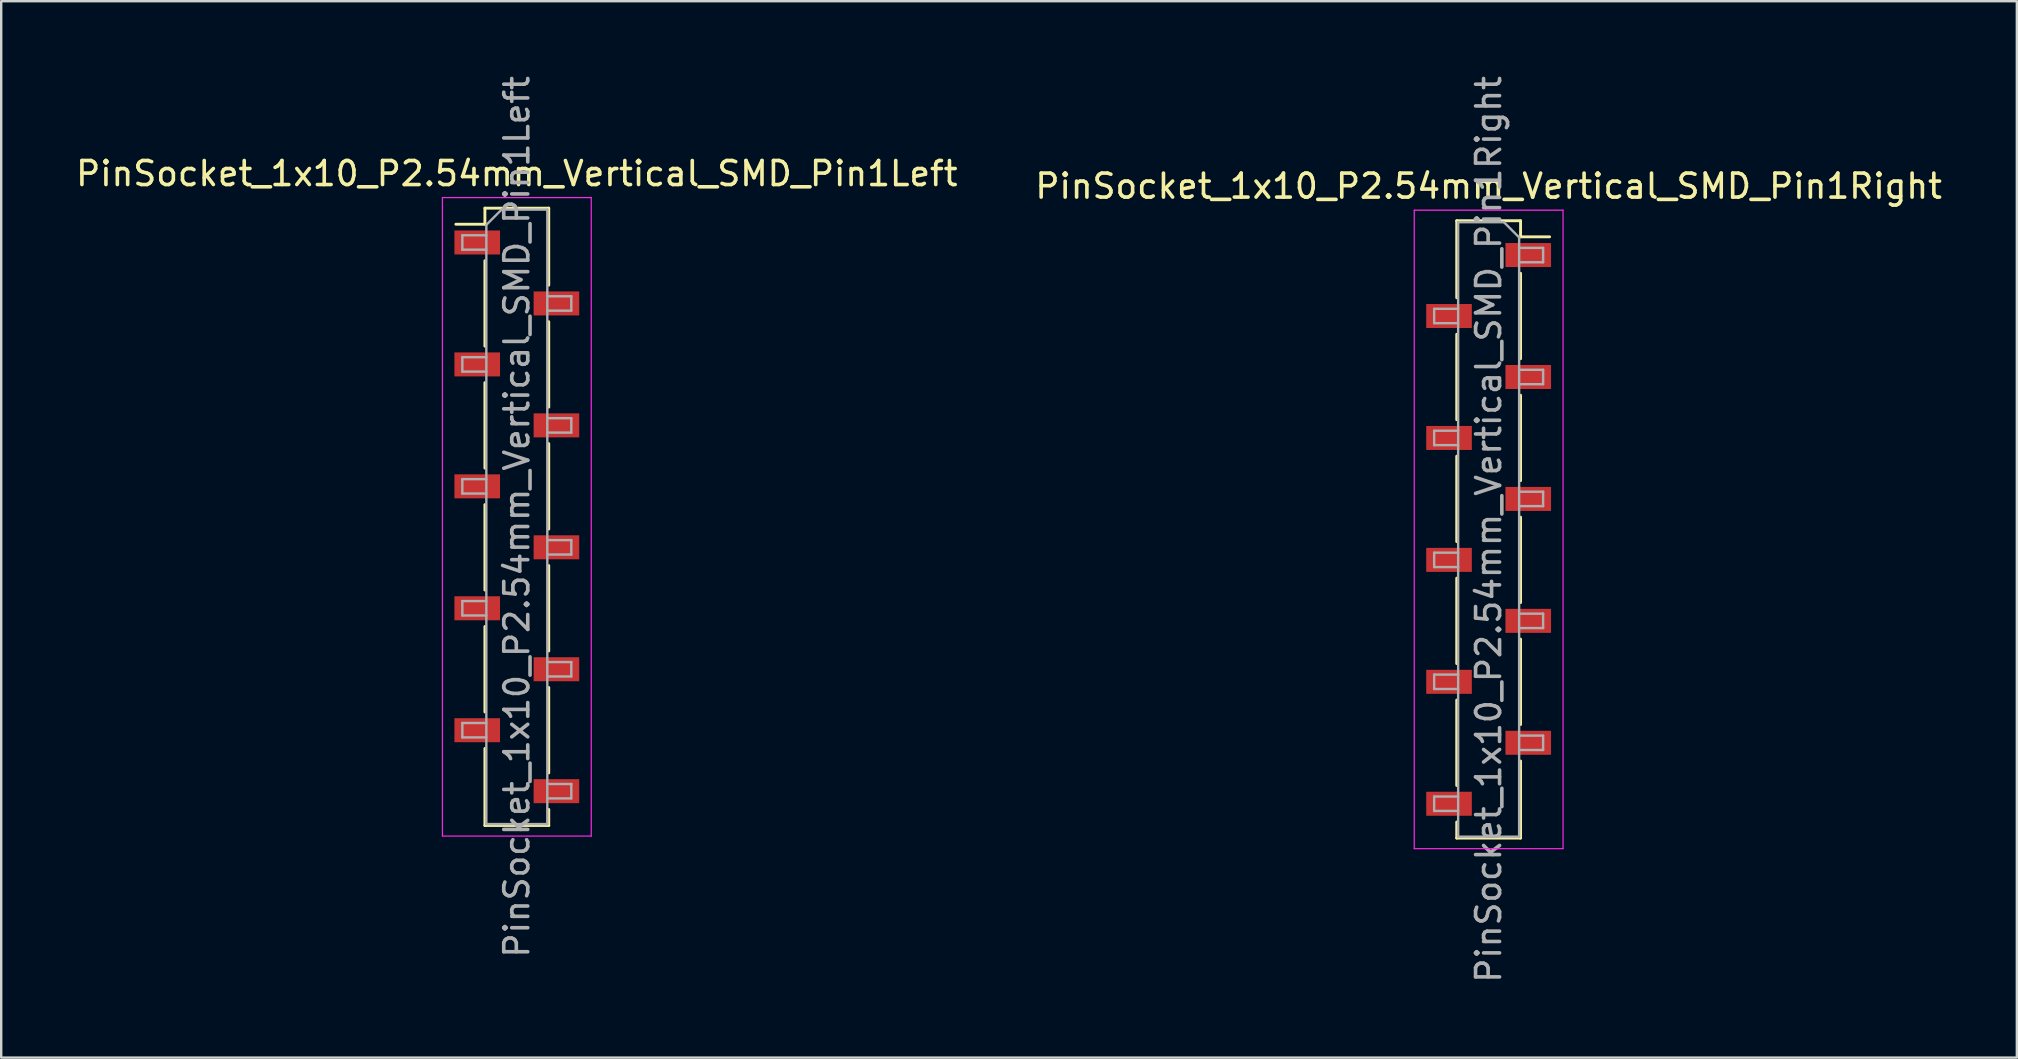
<source format=kicad_pcb>
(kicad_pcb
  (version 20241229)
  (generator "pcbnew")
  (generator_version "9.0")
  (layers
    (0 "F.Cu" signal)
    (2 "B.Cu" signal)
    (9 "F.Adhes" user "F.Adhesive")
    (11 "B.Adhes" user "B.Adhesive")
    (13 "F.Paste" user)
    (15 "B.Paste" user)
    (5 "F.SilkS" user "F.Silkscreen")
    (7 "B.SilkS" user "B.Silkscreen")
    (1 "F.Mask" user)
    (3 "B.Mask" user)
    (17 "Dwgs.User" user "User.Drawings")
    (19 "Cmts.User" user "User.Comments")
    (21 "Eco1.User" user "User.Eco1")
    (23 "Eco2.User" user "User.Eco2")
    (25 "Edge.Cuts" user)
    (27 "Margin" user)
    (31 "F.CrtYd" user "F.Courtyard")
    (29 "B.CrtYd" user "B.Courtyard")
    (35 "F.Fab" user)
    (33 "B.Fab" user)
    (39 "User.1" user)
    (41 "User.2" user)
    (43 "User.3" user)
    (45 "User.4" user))
  (footprint "PinSocket_1x10_P2.54mm_Vertical_SMD_Pin1Right"
    (layer "F.Cu")
    (at 58.97 19.006)
    (property "Reference" "PinSocket_1x10_P2.54mm_Vertical_SMD_Pin1Right" (at 0 -14.3 0) (layer "F.SilkS") (effects (font (size 1 1) (thickness 0.15))))
    (attr smd)
    (fp_line (start -1.33 -12.86) (end -1.33 -9.65) (stroke (width 0.12) (type solid)) (layer "F.SilkS"))
    (fp_line (start -1.33 -12.86) (end 1.33 -12.86) (stroke (width 0.12) (type solid)) (layer "F.SilkS"))
    (fp_line (start -1.33 -8.13) (end -1.33 -4.57) (stroke (width 0.12) (type solid)) (layer "F.SilkS"))
    (fp_line (start -1.33 -3.05) (end -1.33 0.51) (stroke (width 0.12) (type solid)) (layer "F.SilkS"))
    (fp_line (start -1.33 2.03) (end -1.33 5.59) (stroke (width 0.12) (type solid)) (layer "F.SilkS"))
    (fp_line (start -1.33 7.11) (end -1.33 10.67) (stroke (width 0.12) (type solid)) (layer "F.SilkS"))
    (fp_line (start -1.33 12.19) (end -1.33 12.86) (stroke (width 0.12) (type solid)) (layer "F.SilkS"))
    (fp_line (start -1.33 12.86) (end 1.33 12.86) (stroke (width 0.12) (type solid)) (layer "F.SilkS"))
    (fp_line (start 1.33 -12.86) (end 1.33 -12.19) (stroke (width 0.12) (type solid)) (layer "F.SilkS"))
    (fp_line (start 1.33 -12.19) (end 2.54 -12.19) (stroke (width 0.12) (type solid)) (layer "F.SilkS"))
    (fp_line (start 1.33 -10.67) (end 1.33 -7.11) (stroke (width 0.12) (type solid)) (layer "F.SilkS"))
    (fp_line (start 1.33 -5.59) (end 1.33 -2.03) (stroke (width 0.12) (type solid)) (layer "F.SilkS"))
    (fp_line (start 1.33 -0.51) (end 1.33 3.05) (stroke (width 0.12) (type solid)) (layer "F.SilkS"))
    (fp_line (start 1.33 4.57) (end 1.33 8.13) (stroke (width 0.12) (type solid)) (layer "F.SilkS"))
    (fp_line (start 1.33 9.65) (end 1.33 12.86) (stroke (width 0.12) (type solid)) (layer "F.SilkS"))
    (fp_line (start -3.1 -13.3) (end 3.1 -13.3) (stroke (width 0.05) (type solid)) (layer "F.CrtYd"))
    (fp_line (start -3.1 13.3) (end -3.1 -13.3) (stroke (width 0.05) (type solid)) (layer "F.CrtYd"))
    (fp_line (start 3.1 -13.3) (end 3.1 13.3) (stroke (width 0.05) (type solid)) (layer "F.CrtYd"))
    (fp_line (start 3.1 13.3) (end -3.1 13.3) (stroke (width 0.05) (type solid)) (layer "F.CrtYd"))
    (fp_line (start -2.27 -9.19) (end -1.27 -9.19) (stroke (width 0.1) (type solid)) (layer "F.Fab"))
    (fp_line (start -2.27 -8.59) (end -2.27 -9.19) (stroke (width 0.1) (type solid)) (layer "F.Fab"))
    (fp_line (start -2.27 -4.11) (end -1.27 -4.11) (stroke (width 0.1) (type solid)) (layer "F.Fab"))
    (fp_line (start -2.27 -3.51) (end -2.27 -4.11) (stroke (width 0.1) (type solid)) (layer "F.Fab"))
    (fp_line (start -2.27 0.97) (end -1.27 0.97) (stroke (width 0.1) (type solid)) (layer "F.Fab"))
    (fp_line (start -2.27 1.57) (end -2.27 0.97) (stroke (width 0.1) (type solid)) (layer "F.Fab"))
    (fp_line (start -2.27 6.05) (end -1.27 6.05) (stroke (width 0.1) (type solid)) (layer "F.Fab"))
    (fp_line (start -2.27 6.65) (end -2.27 6.05) (stroke (width 0.1) (type solid)) (layer "F.Fab"))
    (fp_line (start -2.27 11.13) (end -1.27 11.13) (stroke (width 0.1) (type solid)) (layer "F.Fab"))
    (fp_line (start -2.27 11.73) (end -2.27 11.13) (stroke (width 0.1) (type solid)) (layer "F.Fab"))
    (fp_line (start -1.27 -12.8) (end 0.635 -12.8) (stroke (width 0.1) (type solid)) (layer "F.Fab"))
    (fp_line (start -1.27 -8.59) (end -2.27 -8.59) (stroke (width 0.1) (type solid)) (layer "F.Fab"))
    (fp_line (start -1.27 -3.51) (end -2.27 -3.51) (stroke (width 0.1) (type solid)) (layer "F.Fab"))
    (fp_line (start -1.27 1.57) (end -2.27 1.57) (stroke (width 0.1) (type solid)) (layer "F.Fab"))
    (fp_line (start -1.27 6.65) (end -2.27 6.65) (stroke (width 0.1) (type solid)) (layer "F.Fab"))
    (fp_line (start -1.27 11.73) (end -2.27 11.73) (stroke (width 0.1) (type solid)) (layer "F.Fab"))
    (fp_line (start -1.27 12.8) (end -1.27 -12.8) (stroke (width 0.1) (type solid)) (layer "F.Fab"))
    (fp_line (start 0.635 -12.8) (end 1.27 -12.165) (stroke (width 0.1) (type solid)) (layer "F.Fab"))
    (fp_line (start 1.27 -12.165) (end 1.27 12.8) (stroke (width 0.1) (type solid)) (layer "F.Fab"))
    (fp_line (start 1.27 -11.73) (end 2.27 -11.73) (stroke (width 0.1) (type solid)) (layer "F.Fab"))
    (fp_line (start 1.27 -6.65) (end 2.27 -6.65) (stroke (width 0.1) (type solid)) (layer "F.Fab"))
    (fp_line (start 1.27 -1.57) (end 2.27 -1.57) (stroke (width 0.1) (type solid)) (layer "F.Fab"))
    (fp_line (start 1.27 3.51) (end 2.27 3.51) (stroke (width 0.1) (type solid)) (layer "F.Fab"))
    (fp_line (start 1.27 8.59) (end 2.27 8.59) (stroke (width 0.1) (type solid)) (layer "F.Fab"))
    (fp_line (start 1.27 12.8) (end -1.27 12.8) (stroke (width 0.1) (type solid)) (layer "F.Fab"))
    (fp_line (start 2.27 -11.73) (end 2.27 -11.13) (stroke (width 0.1) (type solid)) (layer "F.Fab"))
    (fp_line (start 2.27 -11.13) (end 1.27 -11.13) (stroke (width 0.1) (type solid)) (layer "F.Fab"))
    (fp_line (start 2.27 -6.65) (end 2.27 -6.05) (stroke (width 0.1) (type solid)) (layer "F.Fab"))
    (fp_line (start 2.27 -6.05) (end 1.27 -6.05) (stroke (width 0.1) (type solid)) (layer "F.Fab"))
    (fp_line (start 2.27 -1.57) (end 2.27 -0.97) (stroke (width 0.1) (type solid)) (layer "F.Fab"))
    (fp_line (start 2.27 -0.97) (end 1.27 -0.97) (stroke (width 0.1) (type solid)) (layer "F.Fab"))
    (fp_line (start 2.27 3.51) (end 2.27 4.11) (stroke (width 0.1) (type solid)) (layer "F.Fab"))
    (fp_line (start 2.27 4.11) (end 1.27 4.11) (stroke (width 0.1) (type solid)) (layer "F.Fab"))
    (fp_line (start 2.27 8.59) (end 2.27 9.19) (stroke (width 0.1) (type solid)) (layer "F.Fab"))
    (fp_line (start 2.27 9.19) (end 1.27 9.19) (stroke (width 0.1) (type solid)) (layer "F.Fab"))
    (fp_text user "${REFERENCE}" (at 0 0 90) (layer "F.Fab") (effects (font (size 1 1) (thickness 0.15))))
    (pad "1" smd rect (at 1.65 -11.43) (size 1.9 1) (layers "F.Cu" "F.Mask" "F.Paste"))
    (pad "2" smd rect (at -1.65 -8.89) (size 1.9 1) (layers "F.Cu" "F.Mask" "F.Paste"))
    (pad "3" smd rect (at 1.65 -6.35) (size 1.9 1) (layers "F.Cu" "F.Mask" "F.Paste"))
    (pad "4" smd rect (at -1.65 -3.81) (size 1.9 1) (layers "F.Cu" "F.Mask" "F.Paste"))
    (pad "5" smd rect (at 1.65 -1.27) (size 1.9 1) (layers "F.Cu" "F.Mask" "F.Paste"))
    (pad "6" smd rect (at -1.65 1.27) (size 1.9 1) (layers "F.Cu" "F.Mask" "F.Paste"))
    (pad "7" smd rect (at 1.65 3.81) (size 1.9 1) (layers "F.Cu" "F.Mask" "F.Paste"))
    (pad "8" smd rect (at -1.65 6.35) (size 1.9 1) (layers "F.Cu" "F.Mask" "F.Paste"))
    (pad "9" smd rect (at 1.65 8.89) (size 1.9 1) (layers "F.Cu" "F.Mask" "F.Paste"))
    (pad "10" smd rect (at -1.65 11.43) (size 1.9 1) (layers "F.Cu" "F.Mask" "F.Paste")))
  (footprint "PinSocket_1x10_P2.54mm_Vertical_SMD_Pin1Left"
    (layer "F.Cu")
    (at 18.482 18.482)
    (property "Reference" "PinSocket_1x10_P2.54mm_Vertical_SMD_Pin1Left" (at 0 -14.3 0) (layer "F.SilkS") (effects (font (size 1 1) (thickness 0.15))))
    (attr smd)
    (fp_line (start -2.54 -12.19) (end -1.33 -12.19) (stroke (width 0.12) (type solid)) (layer "F.SilkS"))
    (fp_line (start -1.33 -12.86) (end -1.33 -12.19) (stroke (width 0.12) (type solid)) (layer "F.SilkS"))
    (fp_line (start -1.33 -12.86) (end 1.33 -12.86) (stroke (width 0.12) (type solid)) (layer "F.SilkS"))
    (fp_line (start -1.33 -10.67) (end -1.33 -7.11) (stroke (width 0.12) (type solid)) (layer "F.SilkS"))
    (fp_line (start -1.33 -5.59) (end -1.33 -2.03) (stroke (width 0.12) (type solid)) (layer "F.SilkS"))
    (fp_line (start -1.33 -0.51) (end -1.33 3.05) (stroke (width 0.12) (type solid)) (layer "F.SilkS"))
    (fp_line (start -1.33 4.57) (end -1.33 8.13) (stroke (width 0.12) (type solid)) (layer "F.SilkS"))
    (fp_line (start -1.33 9.65) (end -1.33 12.86) (stroke (width 0.12) (type solid)) (layer "F.SilkS"))
    (fp_line (start -1.33 12.86) (end 1.33 12.86) (stroke (width 0.12) (type solid)) (layer "F.SilkS"))
    (fp_line (start 1.33 -12.86) (end 1.33 -9.65) (stroke (width 0.12) (type solid)) (layer "F.SilkS"))
    (fp_line (start 1.33 -8.13) (end 1.33 -4.57) (stroke (width 0.12) (type solid)) (layer "F.SilkS"))
    (fp_line (start 1.33 -3.05) (end 1.33 0.51) (stroke (width 0.12) (type solid)) (layer "F.SilkS"))
    (fp_line (start 1.33 2.03) (end 1.33 5.59) (stroke (width 0.12) (type solid)) (layer "F.SilkS"))
    (fp_line (start 1.33 7.11) (end 1.33 10.67) (stroke (width 0.12) (type solid)) (layer "F.SilkS"))
    (fp_line (start 1.33 12.19) (end 1.33 12.86) (stroke (width 0.12) (type solid)) (layer "F.SilkS"))
    (fp_line (start -3.1 -13.3) (end 3.1 -13.3) (stroke (width 0.05) (type solid)) (layer "F.CrtYd"))
    (fp_line (start -3.1 13.3) (end -3.1 -13.3) (stroke (width 0.05) (type solid)) (layer "F.CrtYd"))
    (fp_line (start 3.1 -13.3) (end 3.1 13.3) (stroke (width 0.05) (type solid)) (layer "F.CrtYd"))
    (fp_line (start 3.1 13.3) (end -3.1 13.3) (stroke (width 0.05) (type solid)) (layer "F.CrtYd"))
    (fp_line (start -2.27 -11.73) (end -1.27 -11.73) (stroke (width 0.1) (type solid)) (layer "F.Fab"))
    (fp_line (start -2.27 -11.13) (end -2.27 -11.73) (stroke (width 0.1) (type solid)) (layer "F.Fab"))
    (fp_line (start -2.27 -6.65) (end -1.27 -6.65) (stroke (width 0.1) (type solid)) (layer "F.Fab"))
    (fp_line (start -2.27 -6.05) (end -2.27 -6.65) (stroke (width 0.1) (type solid)) (layer "F.Fab"))
    (fp_line (start -2.27 -1.57) (end -1.27 -1.57) (stroke (width 0.1) (type solid)) (layer "F.Fab"))
    (fp_line (start -2.27 -0.97) (end -2.27 -1.57) (stroke (width 0.1) (type solid)) (layer "F.Fab"))
    (fp_line (start -2.27 3.51) (end -1.27 3.51) (stroke (width 0.1) (type solid)) (layer "F.Fab"))
    (fp_line (start -2.27 4.11) (end -2.27 3.51) (stroke (width 0.1) (type solid)) (layer "F.Fab"))
    (fp_line (start -2.27 8.59) (end -1.27 8.59) (stroke (width 0.1) (type solid)) (layer "F.Fab"))
    (fp_line (start -2.27 9.19) (end -2.27 8.59) (stroke (width 0.1) (type solid)) (layer "F.Fab"))
    (fp_line (start -1.27 -12.165) (end -0.635 -12.8) (stroke (width 0.1) (type solid)) (layer "F.Fab"))
    (fp_line (start -1.27 -11.13) (end -2.27 -11.13) (stroke (width 0.1) (type solid)) (layer "F.Fab"))
    (fp_line (start -1.27 -6.05) (end -2.27 -6.05) (stroke (width 0.1) (type solid)) (layer "F.Fab"))
    (fp_line (start -1.27 -0.97) (end -2.27 -0.97) (stroke (width 0.1) (type solid)) (layer "F.Fab"))
    (fp_line (start -1.27 4.11) (end -2.27 4.11) (stroke (width 0.1) (type solid)) (layer "F.Fab"))
    (fp_line (start -1.27 9.19) (end -2.27 9.19) (stroke (width 0.1) (type solid)) (layer "F.Fab"))
    (fp_line (start -1.27 12.8) (end -1.27 -12.165) (stroke (width 0.1) (type solid)) (layer "F.Fab"))
    (fp_line (start -0.635 -12.8) (end 1.27 -12.8) (stroke (width 0.1) (type solid)) (layer "F.Fab"))
    (fp_line (start 1.27 -12.8) (end 1.27 12.8) (stroke (width 0.1) (type solid)) (layer "F.Fab"))
    (fp_line (start 1.27 -9.19) (end 2.27 -9.19) (stroke (width 0.1) (type solid)) (layer "F.Fab"))
    (fp_line (start 1.27 -4.11) (end 2.27 -4.11) (stroke (width 0.1) (type solid)) (layer "F.Fab"))
    (fp_line (start 1.27 0.97) (end 2.27 0.97) (stroke (width 0.1) (type solid)) (layer "F.Fab"))
    (fp_line (start 1.27 6.05) (end 2.27 6.05) (stroke (width 0.1) (type solid)) (layer "F.Fab"))
    (fp_line (start 1.27 11.13) (end 2.27 11.13) (stroke (width 0.1) (type solid)) (layer "F.Fab"))
    (fp_line (start 1.27 12.8) (end -1.27 12.8) (stroke (width 0.1) (type solid)) (layer "F.Fab"))
    (fp_line (start 2.27 -9.19) (end 2.27 -8.59) (stroke (width 0.1) (type solid)) (layer "F.Fab"))
    (fp_line (start 2.27 -8.59) (end 1.27 -8.59) (stroke (width 0.1) (type solid)) (layer "F.Fab"))
    (fp_line (start 2.27 -4.11) (end 2.27 -3.51) (stroke (width 0.1) (type solid)) (layer "F.Fab"))
    (fp_line (start 2.27 -3.51) (end 1.27 -3.51) (stroke (width 0.1) (type solid)) (layer "F.Fab"))
    (fp_line (start 2.27 0.97) (end 2.27 1.57) (stroke (width 0.1) (type solid)) (layer "F.Fab"))
    (fp_line (start 2.27 1.57) (end 1.27 1.57) (stroke (width 0.1) (type solid)) (layer "F.Fab"))
    (fp_line (start 2.27 6.05) (end 2.27 6.65) (stroke (width 0.1) (type solid)) (layer "F.Fab"))
    (fp_line (start 2.27 6.65) (end 1.27 6.65) (stroke (width 0.1) (type solid)) (layer "F.Fab"))
    (fp_line (start 2.27 11.13) (end 2.27 11.73) (stroke (width 0.1) (type solid)) (layer "F.Fab"))
    (fp_line (start 2.27 11.73) (end 1.27 11.73) (stroke (width 0.1) (type solid)) (layer "F.Fab"))
    (fp_text user "${REFERENCE}" (at 0 0 90) (layer "F.Fab") (effects (font (size 1 1) (thickness 0.15))))
    (pad "1" smd rect (at -1.65 -11.43) (size 1.9 1) (layers "F.Cu" "F.Mask" "F.Paste"))
    (pad "2" smd rect (at 1.65 -8.89) (size 1.9 1) (layers "F.Cu" "F.Mask" "F.Paste"))
    (pad "3" smd rect (at -1.65 -6.35) (size 1.9 1) (layers "F.Cu" "F.Mask" "F.Paste"))
    (pad "4" smd rect (at 1.65 -3.81) (size 1.9 1) (layers "F.Cu" "F.Mask" "F.Paste"))
    (pad "5" smd rect (at -1.65 -1.27) (size 1.9 1) (layers "F.Cu" "F.Mask" "F.Paste"))
    (pad "6" smd rect (at 1.65 1.27) (size 1.9 1) (layers "F.Cu" "F.Mask" "F.Paste"))
    (pad "7" smd rect (at -1.65 3.81) (size 1.9 1) (layers "F.Cu" "F.Mask" "F.Paste"))
    (pad "8" smd rect (at 1.65 6.35) (size 1.9 1) (layers "F.Cu" "F.Mask" "F.Paste"))
    (pad "9" smd rect (at -1.65 8.89) (size 1.9 1) (layers "F.Cu" "F.Mask" "F.Paste"))
    (pad "10" smd rect (at 1.65 11.43) (size 1.9 1) (layers "F.Cu" "F.Mask" "F.Paste")))
  (gr_rect
    (start -3 -3)
    (end 80.976 41.012)
    (stroke (width 0.1) (type default))
    (fill no)
    (layer "Edge.Cuts")))
</source>
